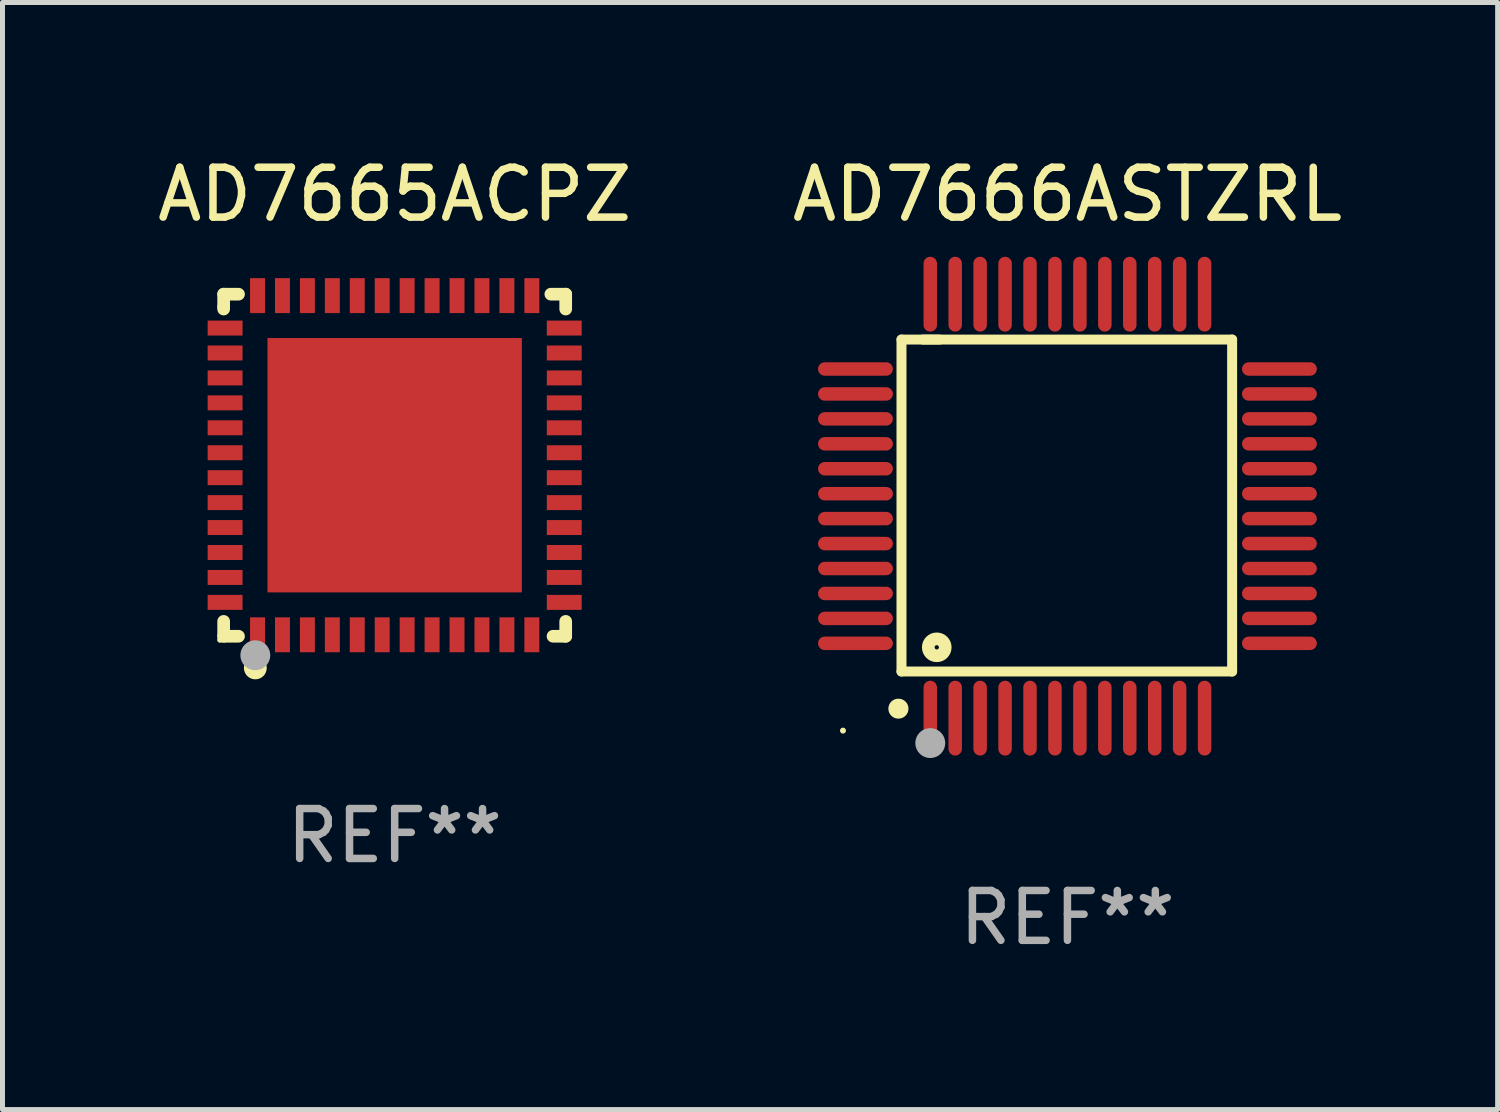
<source format=kicad_pcb>
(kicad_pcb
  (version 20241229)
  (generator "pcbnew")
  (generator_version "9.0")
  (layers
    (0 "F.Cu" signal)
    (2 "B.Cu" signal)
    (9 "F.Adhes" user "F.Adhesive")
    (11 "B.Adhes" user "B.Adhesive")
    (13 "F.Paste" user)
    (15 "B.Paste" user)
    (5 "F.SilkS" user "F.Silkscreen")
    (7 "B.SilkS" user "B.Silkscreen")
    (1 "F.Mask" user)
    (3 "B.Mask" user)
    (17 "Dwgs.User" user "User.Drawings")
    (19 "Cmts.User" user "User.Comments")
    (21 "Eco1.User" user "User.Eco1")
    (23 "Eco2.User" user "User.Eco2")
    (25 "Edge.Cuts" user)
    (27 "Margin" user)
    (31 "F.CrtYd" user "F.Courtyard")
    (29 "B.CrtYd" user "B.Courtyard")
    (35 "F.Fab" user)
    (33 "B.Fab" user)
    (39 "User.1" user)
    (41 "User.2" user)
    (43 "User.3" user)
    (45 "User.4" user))
  (footprint "AD7665ACPZ"
    (layer "F.Cu")
    (at 4.863 6.277)
    (property "Reference" "AD7665ACPZ" (at 0 -5.429 0) (layer "F.SilkS") (effects (font (size 1 1) (thickness 0.15))))
    (attr through_hole)
    (fp_line (start -3.429 -3.429) (end -3.429 -3.175) (stroke (width 0.254) (type solid)) (layer "F.SilkS"))
    (fp_line (start -3.429 -3.175) (end -3.429 -3.131) (stroke (width 0.254) (type solid)) (layer "F.SilkS"))
    (fp_line (start -3.429 3.131) (end -3.429 3.429) (stroke (width 0.254) (type solid)) (layer "F.SilkS"))
    (fp_line (start -3.429 3.429) (end -3.131 3.429) (stroke (width 0.254) (type solid)) (layer "F.SilkS"))
    (fp_line (start -3.131 -3.429) (end -3.429 -3.429) (stroke (width 0.254) (type solid)) (layer "F.SilkS"))
    (fp_line (start 3.131 -3.429) (end 3.429 -3.429) (stroke (width 0.254) (type solid)) (layer "F.SilkS"))
    (fp_line (start 3.429 -3.429) (end 3.429 -3.131) (stroke (width 0.254) (type solid)) (layer "F.SilkS"))
    (fp_line (start 3.429 3.131) (end 3.429 3.429) (stroke (width 0.254) (type solid)) (layer "F.SilkS"))
    (fp_line (start 3.429 3.429) (end 3.175 3.429) (stroke (width 0.254) (type solid)) (layer "F.SilkS"))
    (fp_circle (center -3.5 3.5) (end -3.47 3.5) (stroke (width 0.06) (type solid)) (fill no) (layer "F.SilkS"))
    (fp_circle (center -2.794 4.064) (end -2.667 4.064) (stroke (width 0.204) (type solid)) (fill no) (layer "F.SilkS"))
    (fp_circle (center -2.794 3.81) (end -2.644 3.81) (stroke (width 0.3) (type solid)) (fill no) (layer "F.Fab"))
    (fp_text user "REF**" (at 0 7.429 0) (layer "F.Fab") (effects (font (size 1 1) (thickness 0.15))))
    (pad "1" smd rect (at -2.75 3.4) (size 0.3 0.7) (layers "F.Cu" "F.Mask" "F.Paste"))
    (pad "2" smd rect (at -2.25 3.4) (size 0.3 0.7) (layers "F.Cu" "F.Mask" "F.Paste"))
    (pad "3" smd rect (at -1.75 3.4) (size 0.3 0.7) (layers "F.Cu" "F.Mask" "F.Paste"))
    (pad "4" smd rect (at -1.25 3.4) (size 0.3 0.7) (layers "F.Cu" "F.Mask" "F.Paste"))
    (pad "5" smd rect (at -0.75 3.4) (size 0.3 0.7) (layers "F.Cu" "F.Mask" "F.Paste"))
    (pad "6" smd rect (at -0.25 3.4) (size 0.3 0.7) (layers "F.Cu" "F.Mask" "F.Paste"))
    (pad "7" smd rect (at 0.25 3.4) (size 0.3 0.7) (layers "F.Cu" "F.Mask" "F.Paste"))
    (pad "8" smd rect (at 0.75 3.4) (size 0.3 0.7) (layers "F.Cu" "F.Mask" "F.Paste"))
    (pad "9" smd rect (at 1.25 3.4) (size 0.3 0.7) (layers "F.Cu" "F.Mask" "F.Paste"))
    (pad "10" smd rect (at 1.75 3.4) (size 0.3 0.7) (layers "F.Cu" "F.Mask" "F.Paste"))
    (pad "11" smd rect (at 2.25 3.4) (size 0.3 0.7) (layers "F.Cu" "F.Mask" "F.Paste"))
    (pad "12" smd rect (at 2.75 3.4) (size 0.3 0.7) (layers "F.Cu" "F.Mask" "F.Paste"))
    (pad "13" smd rect (at 3.4 2.75) (size 0.7 0.3) (layers "F.Cu" "F.Mask" "F.Paste"))
    (pad "14" smd rect (at 3.4 2.25) (size 0.7 0.3) (layers "F.Cu" "F.Mask" "F.Paste"))
    (pad "15" smd rect (at 3.4 1.75) (size 0.7 0.3) (layers "F.Cu" "F.Mask" "F.Paste"))
    (pad "16" smd rect (at 3.4 1.25) (size 0.7 0.3) (layers "F.Cu" "F.Mask" "F.Paste"))
    (pad "17" smd rect (at 3.4 0.75) (size 0.7 0.3) (layers "F.Cu" "F.Mask" "F.Paste"))
    (pad "18" smd rect (at 3.4 0.25) (size 0.7 0.3) (layers "F.Cu" "F.Mask" "F.Paste"))
    (pad "19" smd rect (at 3.4 -0.25) (size 0.7 0.3) (layers "F.Cu" "F.Mask" "F.Paste"))
    (pad "20" smd rect (at 3.4 -0.75) (size 0.7 0.3) (layers "F.Cu" "F.Mask" "F.Paste"))
    (pad "21" smd rect (at 3.4 -1.25) (size 0.7 0.3) (layers "F.Cu" "F.Mask" "F.Paste"))
    (pad "22" smd rect (at 3.4 -1.75) (size 0.7 0.3) (layers "F.Cu" "F.Mask" "F.Paste"))
    (pad "23" smd rect (at 3.4 -2.25) (size 0.7 0.3) (layers "F.Cu" "F.Mask" "F.Paste"))
    (pad "24" smd rect (at 3.4 -2.75) (size 0.7 0.3) (layers "F.Cu" "F.Mask" "F.Paste"))
    (pad "25" smd rect (at 2.75 -3.4) (size 0.3 0.7) (layers "F.Cu" "F.Mask" "F.Paste"))
    (pad "26" smd rect (at 2.25 -3.4) (size 0.3 0.7) (layers "F.Cu" "F.Mask" "F.Paste"))
    (pad "27" smd rect (at 1.75 -3.4) (size 0.3 0.7) (layers "F.Cu" "F.Mask" "F.Paste"))
    (pad "28" smd rect (at 1.25 -3.4) (size 0.3 0.7) (layers "F.Cu" "F.Mask" "F.Paste"))
    (pad "29" smd rect (at 0.75 -3.4) (size 0.3 0.7) (layers "F.Cu" "F.Mask" "F.Paste"))
    (pad "30" smd rect (at 0.25 -3.4) (size 0.3 0.7) (layers "F.Cu" "F.Mask" "F.Paste"))
    (pad "31" smd rect (at -0.25 -3.4) (size 0.3 0.7) (layers "F.Cu" "F.Mask" "F.Paste"))
    (pad "32" smd rect (at -0.75 -3.4) (size 0.3 0.7) (layers "F.Cu" "F.Mask" "F.Paste"))
    (pad "33" smd rect (at -1.25 -3.4) (size 0.3 0.7) (layers "F.Cu" "F.Mask" "F.Paste"))
    (pad "34" smd rect (at -1.75 -3.4) (size 0.3 0.7) (layers "F.Cu" "F.Mask" "F.Paste"))
    (pad "35" smd rect (at -2.25 -3.4) (size 0.3 0.7) (layers "F.Cu" "F.Mask" "F.Paste"))
    (pad "36" smd rect (at -2.75 -3.4) (size 0.3 0.7) (layers "F.Cu" "F.Mask" "F.Paste"))
    (pad "37" smd rect (at -3.4 -2.75) (size 0.7 0.3) (layers "F.Cu" "F.Mask" "F.Paste"))
    (pad "38" smd rect (at -3.4 -2.25) (size 0.7 0.3) (layers "F.Cu" "F.Mask" "F.Paste"))
    (pad "39" smd rect (at -3.4 -1.75) (size 0.7 0.3) (layers "F.Cu" "F.Mask" "F.Paste"))
    (pad "40" smd rect (at -3.4 -1.25) (size 0.7 0.3) (layers "F.Cu" "F.Mask" "F.Paste"))
    (pad "41" smd rect (at -3.4 -0.75) (size 0.7 0.3) (layers "F.Cu" "F.Mask" "F.Paste"))
    (pad "42" smd rect (at -3.4 -0.25) (size 0.7 0.3) (layers "F.Cu" "F.Mask" "F.Paste"))
    (pad "43" smd rect (at -3.4 0.25) (size 0.7 0.3) (layers "F.Cu" "F.Mask" "F.Paste"))
    (pad "44" smd rect (at -3.4 0.75) (size 0.7 0.3) (layers "F.Cu" "F.Mask" "F.Paste"))
    (pad "45" smd rect (at -3.4 1.25) (size 0.7 0.3) (layers "F.Cu" "F.Mask" "F.Paste"))
    (pad "46" smd rect (at -3.4 1.75) (size 0.7 0.3) (layers "F.Cu" "F.Mask" "F.Paste"))
    (pad "47" smd rect (at -3.4 2.25) (size 0.7 0.3) (layers "F.Cu" "F.Mask" "F.Paste"))
    (pad "48" smd rect (at -3.4 2.75) (size 0.7 0.3) (layers "F.Cu" "F.Mask" "F.Paste"))
    (pad "49" smd rect (at 0 0) (size 5.1 5.1) (layers "F.Cu" "F.Mask" "F.Paste")))
  (footprint "AD7666ASTZRL"
    (layer "F.Cu")
    (at 18.351 7.098)
    (property "Reference" "AD7666ASTZRL" (at 0 -6.25 0) (layer "F.SilkS") (effects (font (size 1 1) (thickness 0.15))))
    (attr through_hole)
    (fp_line (start -3.327 -3.34) (end -2.565 -3.34) (stroke (width 0.2) (type solid)) (layer "F.SilkS"))
    (fp_line (start -3.327 3.315) (end -3.327 -3.34) (stroke (width 0.2) (type solid)) (layer "F.SilkS"))
    (fp_line (start -2.896 -3.34) (end 3.302 -3.34) (stroke (width 0.2) (type solid)) (layer "F.SilkS"))
    (fp_line (start 3.302 -3.34) (end 3.302 3.315) (stroke (width 0.2) (type solid)) (layer "F.SilkS"))
    (fp_line (start 3.302 3.315) (end -3.327 3.315) (stroke (width 0.2) (type solid)) (layer "F.SilkS"))
    (fp_arc (start -3.389992 4.059995) (mid -3.388722 4.059991) (end -3.387452 4.059995) (stroke (width 0.4) (type solid)) (layer "F.SilkS"))
    (fp_circle (center -4.5 4.5) (end -4.47 4.5) (stroke (width 0.06) (type solid)) (fill no) (layer "F.SilkS"))
    (fp_circle (center -2.62 2.83) (end -2.45 2.83) (stroke (width 0.254) (type solid)) (fill no) (layer "F.SilkS"))
    (fp_circle (center -2.75 4.75) (end -2.6 4.75) (stroke (width 0.3) (type solid)) (fill no) (layer "F.Fab"))
    (fp_text user "REF**" (at 0 8.25 0) (layer "F.Fab") (effects (font (size 1 1) (thickness 0.15))))
    (pad "1" smd oval (at -2.75 4.25) (size 0.27 1.5) (layers "F.Cu" "F.Mask" "F.Paste"))
    (pad "2" smd oval (at -2.25 4.25) (size 0.27 1.5) (layers "F.Cu" "F.Mask" "F.Paste"))
    (pad "3" smd oval (at -1.75 4.25) (size 0.27 1.5) (layers "F.Cu" "F.Mask" "F.Paste"))
    (pad "4" smd oval (at -1.25 4.25) (size 0.27 1.5) (layers "F.Cu" "F.Mask" "F.Paste"))
    (pad "5" smd oval (at -0.75 4.25) (size 0.27 1.5) (layers "F.Cu" "F.Mask" "F.Paste"))
    (pad "6" smd oval (at -0.25 4.25) (size 0.27 1.5) (layers "F.Cu" "F.Mask" "F.Paste"))
    (pad "7" smd oval (at 0.25 4.25) (size 0.27 1.5) (layers "F.Cu" "F.Mask" "F.Paste"))
    (pad "8" smd oval (at 0.75 4.25) (size 0.27 1.5) (layers "F.Cu" "F.Mask" "F.Paste"))
    (pad "9" smd oval (at 1.25 4.25) (size 0.27 1.5) (layers "F.Cu" "F.Mask" "F.Paste"))
    (pad "10" smd oval (at 1.75 4.25) (size 0.27 1.5) (layers "F.Cu" "F.Mask" "F.Paste"))
    (pad "11" smd oval (at 2.25 4.25) (size 0.27 1.5) (layers "F.Cu" "F.Mask" "F.Paste"))
    (pad "12" smd oval (at 2.75 4.25) (size 0.27 1.5) (layers "F.Cu" "F.Mask" "F.Paste"))
    (pad "13" smd oval (at 4.25 2.75) (size 1.5 0.27) (layers "F.Cu" "F.Mask" "F.Paste"))
    (pad "14" smd oval (at 4.25 2.25) (size 1.5 0.27) (layers "F.Cu" "F.Mask" "F.Paste"))
    (pad "15" smd oval (at 4.25 1.75) (size 1.5 0.27) (layers "F.Cu" "F.Mask" "F.Paste"))
    (pad "16" smd oval (at 4.25 1.25) (size 1.5 0.27) (layers "F.Cu" "F.Mask" "F.Paste"))
    (pad "17" smd oval (at 4.25 0.75) (size 1.5 0.27) (layers "F.Cu" "F.Mask" "F.Paste"))
    (pad "18" smd oval (at 4.25 0.25) (size 1.5 0.27) (layers "F.Cu" "F.Mask" "F.Paste"))
    (pad "19" smd oval (at 4.25 -0.25) (size 1.5 0.27) (layers "F.Cu" "F.Mask" "F.Paste"))
    (pad "20" smd oval (at 4.25 -0.75) (size 1.5 0.27) (layers "F.Cu" "F.Mask" "F.Paste"))
    (pad "21" smd oval (at 4.25 -1.25) (size 1.5 0.27) (layers "F.Cu" "F.Mask" "F.Paste"))
    (pad "22" smd oval (at 4.25 -1.75) (size 1.5 0.27) (layers "F.Cu" "F.Mask" "F.Paste"))
    (pad "23" smd oval (at 4.25 -2.25) (size 1.5 0.27) (layers "F.Cu" "F.Mask" "F.Paste"))
    (pad "24" smd oval (at 4.25 -2.75) (size 1.5 0.27) (layers "F.Cu" "F.Mask" "F.Paste"))
    (pad "25" smd oval (at 2.75 -4.25) (size 0.27 1.5) (layers "F.Cu" "F.Mask" "F.Paste"))
    (pad "26" smd oval (at 2.25 -4.25) (size 0.27 1.5) (layers "F.Cu" "F.Mask" "F.Paste"))
    (pad "27" smd oval (at 1.75 -4.25) (size 0.27 1.5) (layers "F.Cu" "F.Mask" "F.Paste"))
    (pad "28" smd oval (at 1.25 -4.25) (size 0.27 1.5) (layers "F.Cu" "F.Mask" "F.Paste"))
    (pad "29" smd oval (at 0.75 -4.25) (size 0.27 1.5) (layers "F.Cu" "F.Mask" "F.Paste"))
    (pad "30" smd oval (at 0.25 -4.25) (size 0.27 1.5) (layers "F.Cu" "F.Mask" "F.Paste"))
    (pad "31" smd oval (at -0.25 -4.25) (size 0.27 1.5) (layers "F.Cu" "F.Mask" "F.Paste"))
    (pad "32" smd oval (at -0.75 -4.25) (size 0.27 1.5) (layers "F.Cu" "F.Mask" "F.Paste"))
    (pad "33" smd oval (at -1.25 -4.25) (size 0.27 1.5) (layers "F.Cu" "F.Mask" "F.Paste"))
    (pad "34" smd oval (at -1.75 -4.25) (size 0.27 1.5) (layers "F.Cu" "F.Mask" "F.Paste"))
    (pad "35" smd oval (at -2.25 -4.25) (size 0.27 1.5) (layers "F.Cu" "F.Mask" "F.Paste"))
    (pad "36" smd oval (at -2.75 -4.25) (size 0.27 1.5) (layers "F.Cu" "F.Mask" "F.Paste"))
    (pad "37" smd oval (at -4.25 -2.75) (size 1.5 0.27) (layers "F.Cu" "F.Mask" "F.Paste"))
    (pad "38" smd oval (at -4.25 -2.25) (size 1.5 0.27) (layers "F.Cu" "F.Mask" "F.Paste"))
    (pad "39" smd oval (at -4.25 -1.75) (size 1.5 0.27) (layers "F.Cu" "F.Mask" "F.Paste"))
    (pad "40" smd oval (at -4.25 -1.25) (size 1.5 0.27) (layers "F.Cu" "F.Mask" "F.Paste"))
    (pad "41" smd oval (at -4.25 -0.75) (size 1.5 0.27) (layers "F.Cu" "F.Mask" "F.Paste"))
    (pad "42" smd oval (at -4.25 -0.25) (size 1.5 0.27) (layers "F.Cu" "F.Mask" "F.Paste"))
    (pad "43" smd oval (at -4.25 0.25) (size 1.5 0.27) (layers "F.Cu" "F.Mask" "F.Paste"))
    (pad "44" smd oval (at -4.25 0.75) (size 1.5 0.27) (layers "F.Cu" "F.Mask" "F.Paste"))
    (pad "45" smd oval (at -4.25 1.25) (size 1.5 0.27) (layers "F.Cu" "F.Mask" "F.Paste"))
    (pad "46" smd oval (at -4.25 1.75) (size 1.5 0.27) (layers "F.Cu" "F.Mask" "F.Paste"))
    (pad "47" smd oval (at -4.25 2.25) (size 1.5 0.27) (layers "F.Cu" "F.Mask" "F.Paste"))
    (pad "48" smd oval (at -4.25 2.75) (size 1.5 0.27) (layers "F.Cu" "F.Mask" "F.Paste")))
  (gr_rect
    (start -3 -3)
    (end 26.976 19.196)
    (stroke (width 0.1) (type default))
    (fill no)
    (layer "Edge.Cuts")))
</source>
